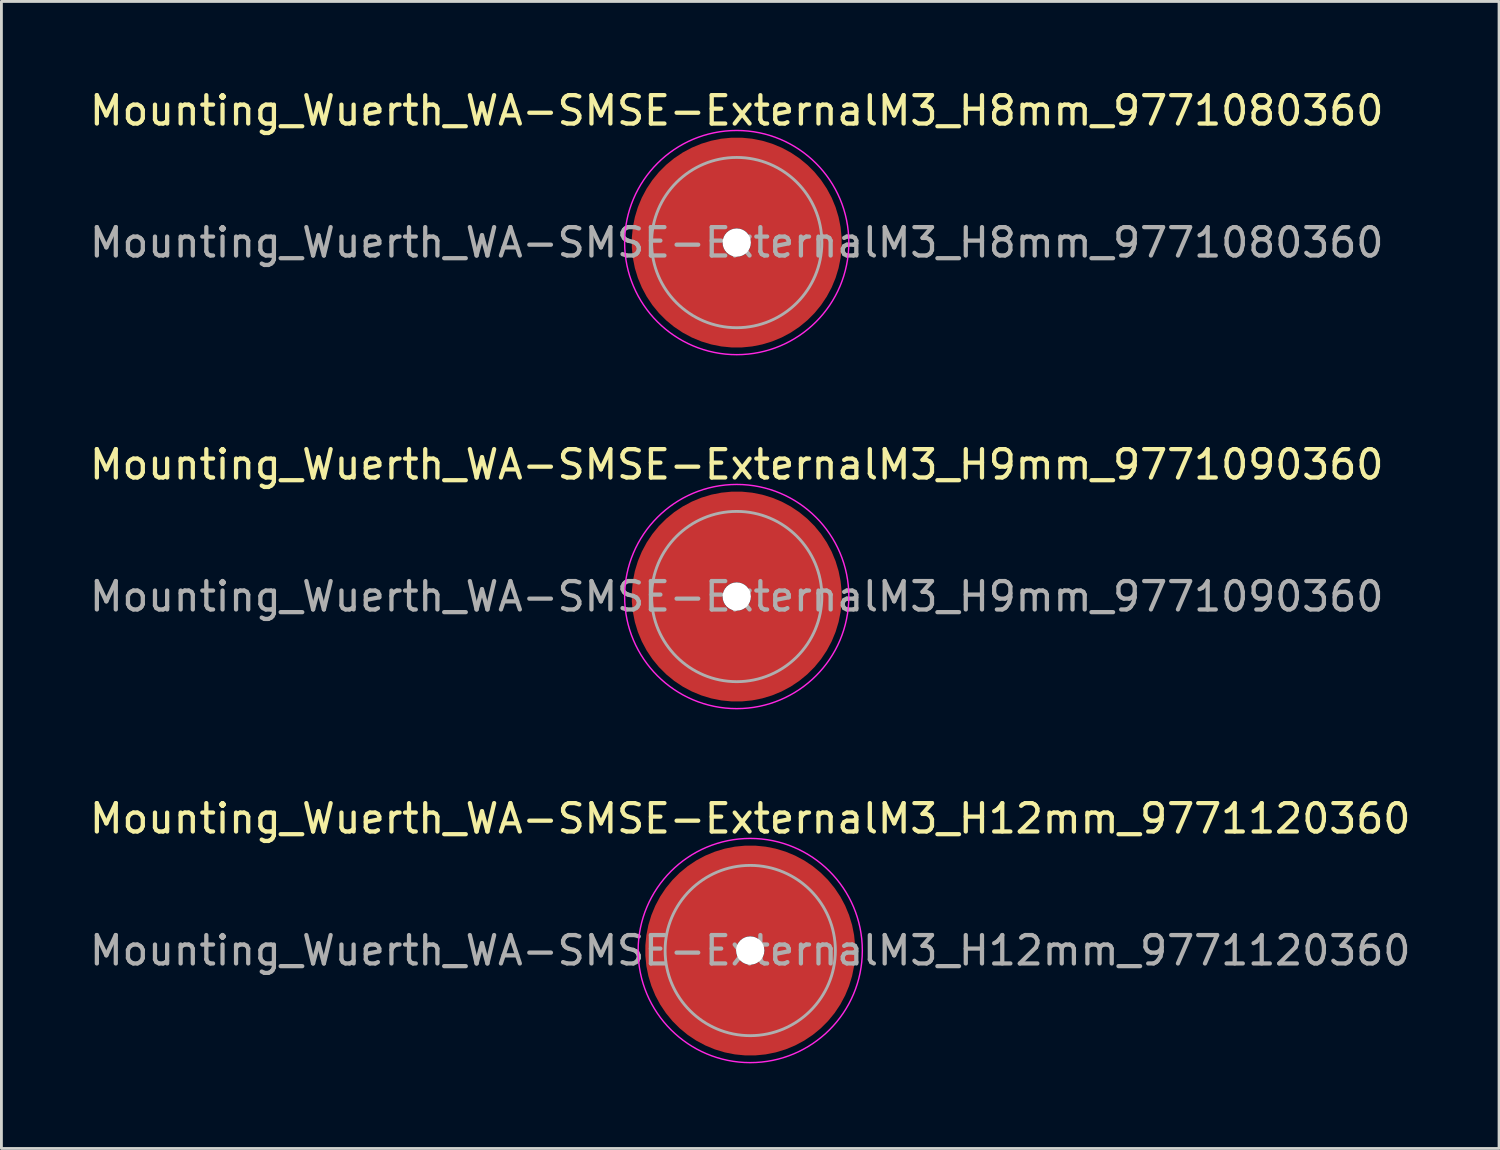
<source format=kicad_pcb>
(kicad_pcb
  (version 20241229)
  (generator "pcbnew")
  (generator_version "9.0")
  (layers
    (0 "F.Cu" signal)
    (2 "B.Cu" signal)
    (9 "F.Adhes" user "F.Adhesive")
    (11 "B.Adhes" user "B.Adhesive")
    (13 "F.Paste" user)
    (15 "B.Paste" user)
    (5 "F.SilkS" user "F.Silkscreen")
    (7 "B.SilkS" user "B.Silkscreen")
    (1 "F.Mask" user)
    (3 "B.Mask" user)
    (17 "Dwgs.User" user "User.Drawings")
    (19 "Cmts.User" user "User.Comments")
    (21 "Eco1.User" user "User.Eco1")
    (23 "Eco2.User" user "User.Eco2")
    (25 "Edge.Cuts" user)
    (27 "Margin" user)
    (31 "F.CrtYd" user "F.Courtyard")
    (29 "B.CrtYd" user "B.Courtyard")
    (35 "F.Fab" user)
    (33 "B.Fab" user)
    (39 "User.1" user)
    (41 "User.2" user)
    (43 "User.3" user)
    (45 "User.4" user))
  (footprint "Mounting_Wuerth_WA-SMSE-ExternalM3_H12mm_9771120360"
    (layer "F.Cu")
    (at 23.387 30.445)
    (property "Reference" "Mounting_Wuerth_WA-SMSE-ExternalM3_H12mm_9771120360" (at 0 -4.65 0) (layer "F.SilkS") (effects (font (size 1 1) (thickness 0.15))))
    (attr smd)
    (fp_circle (center 0 0) (end 3.95 0) (stroke (width 0.05) (type solid)) (fill no) (layer "F.CrtYd"))
    (fp_circle (center 0 0) (end 3 0) (stroke (width 0.1) (type solid)) (fill no) (layer "F.Fab"))
    (fp_text user "${REFERENCE}" (at 0 0 0) (layer "F.Fab") (effects (font (size 1 1) (thickness 0.15))))
    (pad "" smd custom (at 0 -2.1) (size 2.6 2.6) (layers "F.Paste") (options (anchor circle)) (primitives (gr_arc (start -0.305123 1.47) (mid 0 1.4) (end 0.305123 1.47) (width 0.2)) (gr_arc (start -0.493052 1.47) (mid 0 1.3) (end 0.493052 1.47) (width 0.2)) (gr_arc (start -0.642729 1.47) (mid 0 1.2) (end 0.642729 1.47) (width 0.2)) (gr_arc (start -0.776595 1.47) (mid 0 1.1) (end 0.776595 1.47) (width 0.2)) (gr_arc (start -0.901721 1.47) (mid 0 1) (end 0.901721 1.47) (width 0.2)) (gr_arc (start -1.021323 1.47) (mid 0 0.9) (end 1.021323 1.47) (width 0.2)) (gr_arc (start -1.137146 1.47) (mid 0 0.8) (end 1.137146 1.47) (width 0.2)) (gr_arc (start -1.25024 1.47) (mid 0 0.7) (end 1.25024 1.47) (width 0.2)) (gr_arc (start -1.361286 1.47) (mid 0 0.6) (end 1.361286 1.47) (width 0.2)) (gr_arc (start -1.470748 1.47) (mid 0 0.5) (end 1.470748 1.47) (width 0.2)) (gr_arc (start -1.578955 1.47) (mid 0 0.4) (end 1.578955 1.47) (width 0.2)) (gr_arc (start -1.686149 1.47) (mid 0 0.3) (end 1.686149 1.47) (width 0.2)) (gr_arc (start -1.792512 1.47) (mid 0 0.2) (end 1.792512 1.47) (width 0.2)) (gr_arc (start -1.898183 1.47) (mid 0 0.1) (end 1.898183 1.47) (width 0.2)) (gr_arc (start -2.003272 1.47) (mid 0 0) (end 2.003272 1.47) (width 0.2)) (gr_arc (start -2.107866 1.47) (mid 0 -0.1) (end 2.107866 1.47) (width 0.2)) (gr_arc (start -2.212035 1.47) (mid 0 -0.2) (end 2.212035 1.47) (width 0.2)) (gr_arc (start -2.315837 1.47) (mid 0 -0.3) (end 2.315837 1.47) (width 0.2)) (gr_arc (start -2.419318 1.47) (mid 0 -0.4) (end 2.419318 1.47) (width 0.2)) (gr_arc (start -2.522519 1.47) (mid 0 -0.5) (end 2.522519 1.47) (width 0.2)) (gr_arc (start -2.625471 1.47) (mid 0 -0.6) (end 2.625471 1.47) (width 0.2)) (gr_arc (start -2.728205 1.47) (mid 0 -0.7) (end 2.728205 1.47) (width 0.2)) (gr_arc (start -2.830742 1.47) (mid 0 -0.8) (end 2.830742 1.47) (width 0.2)) (gr_arc (start -2.933104 1.47) (mid 0 -0.9) (end 2.933104 1.47) (width 0.2)) (gr_arc (start -3.035309 1.47) (mid 0 -1) (end 3.035309 1.47) (width 0.2)) (gr_arc (start -3.137372 1.47) (mid 0 -1.1) (end 3.137372 1.47) (width 0.2)) (gr_arc (start -3.239305 1.47) (mid 0 -1.2) (end 3.239305 1.47) (width 0.2)) (gr_arc (start -3.341123 1.47) (mid 0 -1.3) (end 3.341123 1.47) (width 0.2)) (gr_arc (start -3.442833 1.47) (mid 0 -1.4) (end 3.442833 1.47) (width 0.2)) (gr_line (start 0.305 1.47) (end 3.443 1.47) (width 0.2)) (gr_line (start -0.305 1.47) (end -3.443 1.47) (width 0.2))))
    (pad "" np_thru_hole circle (at 0 0) (size 1 1) (drill 1) (layers "*.Cu" "*.Mask"))
    (pad "" smd custom (at 0 2.1) (size 2.6 2.6) (layers "F.Paste") (options (anchor circle)) (primitives (gr_arc (start 0.305123 -1.47) (mid 0 -1.4) (end -0.305123 -1.47) (width 0.2)) (gr_arc (start 0.493052 -1.47) (mid 0 -1.3) (end -0.493052 -1.47) (width 0.2)) (gr_arc (start 0.642729 -1.47) (mid 0 -1.2) (end -0.642729 -1.47) (width 0.2)) (gr_arc (start 0.776595 -1.47) (mid 0 -1.1) (end -0.776595 -1.47) (width 0.2)) (gr_arc (start 0.901721 -1.47) (mid 0 -1) (end -0.901721 -1.47) (width 0.2)) (gr_arc (start 1.021323 -1.47) (mid 0 -0.9) (end -1.021323 -1.47) (width 0.2)) (gr_arc (start 1.137146 -1.47) (mid 0 -0.8) (end -1.137146 -1.47) (width 0.2)) (gr_arc (start 1.25024 -1.47) (mid 0 -0.7) (end -1.25024 -1.47) (width 0.2)) (gr_arc (start 1.361286 -1.47) (mid 0 -0.6) (end -1.361286 -1.47) (width 0.2)) (gr_arc (start 1.470748 -1.47) (mid 0 -0.5) (end -1.470748 -1.47) (width 0.2)) (gr_arc (start 1.578955 -1.47) (mid 0 -0.4) (end -1.578955 -1.47) (width 0.2)) (gr_arc (start 1.686149 -1.47) (mid 0 -0.3) (end -1.686149 -1.47) (width 0.2)) (gr_arc (start 1.792512 -1.47) (mid 0 -0.2) (end -1.792512 -1.47) (width 0.2)) (gr_arc (start 1.898183 -1.47) (mid 0 -0.1) (end -1.898183 -1.47) (width 0.2)) (gr_arc (start 2.003272 -1.47) (mid 0 0) (end -2.003272 -1.47) (width 0.2)) (gr_arc (start 2.107866 -1.47) (mid 0 0.1) (end -2.107866 -1.47) (width 0.2)) (gr_arc (start 2.212035 -1.47) (mid 0 0.2) (end -2.212035 -1.47) (width 0.2)) (gr_arc (start 2.315837 -1.47) (mid 0 0.3) (end -2.315837 -1.47) (width 0.2)) (gr_arc (start 2.419318 -1.47) (mid 0 0.4) (end -2.419318 -1.47) (width 0.2)) (gr_arc (start 2.522519 -1.47) (mid 0 0.5) (end -2.522519 -1.47) (width 0.2)) (gr_arc (start 2.625471 -1.47) (mid 0 0.6) (end -2.625471 -1.47) (width 0.2)) (gr_arc (start 2.728205 -1.47) (mid 0 0.7) (end -2.728205 -1.47) (width 0.2)) (gr_arc (start 2.830742 -1.47) (mid 0 0.8) (end -2.830742 -1.47) (width 0.2)) (gr_arc (start 2.933104 -1.47) (mid 0 0.9) (end -2.933104 -1.47) (width 0.2)) (gr_arc (start 3.035309 -1.47) (mid 0 1) (end -3.035309 -1.47) (width 0.2)) (gr_arc (start 3.137372 -1.47) (mid 0 1.1) (end -3.137372 -1.47) (width 0.2)) (gr_arc (start 3.239305 -1.47) (mid 0 1.2) (end -3.239305 -1.47) (width 0.2)) (gr_arc (start 3.341123 -1.47) (mid 0 1.3) (end -3.341123 -1.47) (width 0.2)) (gr_arc (start 3.442833 -1.47) (mid 0 1.4) (end -3.442833 -1.47) (width 0.2)) (gr_line (start -0.305 -1.47) (end -3.443 -1.47) (width 0.2)) (gr_line (start 0.305 -1.47) (end 3.443 -1.47) (width 0.2))))
    (pad "1" smd circle (at -2.1 0) (size 2.8 2.8) (layers "F.Cu"))
    (pad "1" smd circle (at 0 -2.1) (size 2.8 2.8) (layers "F.Cu"))
    (pad "1" smd circle (at 0 2.1) (size 2.8 2.8) (layers "F.Cu"))
    (pad "1" smd custom (at 2.1 0) (size 2.8 2.8) (layers "F.Cu" "F.Mask") (options (anchor circle)) (primitives (gr_circle (center -2.1 0) (end 0 0) (width 3.2) (fill no)))))
  (footprint "Mounting_Wuerth_WA-SMSE-ExternalM3_H8mm_9771080360"
    (layer "F.Cu")
    (at 22.911 5.498)
    (property "Reference" "Mounting_Wuerth_WA-SMSE-ExternalM3_H8mm_9771080360" (at 0 -4.65 0) (layer "F.SilkS") (effects (font (size 1 1) (thickness 0.15))))
    (attr smd)
    (fp_circle (center 0 0) (end 3.95 0) (stroke (width 0.05) (type solid)) (fill no) (layer "F.CrtYd"))
    (fp_circle (center 0 0) (end 3 0) (stroke (width 0.1) (type solid)) (fill no) (layer "F.Fab"))
    (fp_text user "${REFERENCE}" (at 0 0 0) (layer "F.Fab") (effects (font (size 1 1) (thickness 0.15))))
    (pad "" smd custom (at 0 -2.1) (size 2.6 2.6) (layers "F.Paste") (options (anchor circle)) (primitives (gr_arc (start -0.305123 1.47) (mid 0 1.4) (end 0.305123 1.47) (width 0.2)) (gr_arc (start -0.493052 1.47) (mid 0 1.3) (end 0.493052 1.47) (width 0.2)) (gr_arc (start -0.642729 1.47) (mid 0 1.2) (end 0.642729 1.47) (width 0.2)) (gr_arc (start -0.776595 1.47) (mid 0 1.1) (end 0.776595 1.47) (width 0.2)) (gr_arc (start -0.901721 1.47) (mid 0 1) (end 0.901721 1.47) (width 0.2)) (gr_arc (start -1.021323 1.47) (mid 0 0.9) (end 1.021323 1.47) (width 0.2)) (gr_arc (start -1.137146 1.47) (mid 0 0.8) (end 1.137146 1.47) (width 0.2)) (gr_arc (start -1.25024 1.47) (mid 0 0.7) (end 1.25024 1.47) (width 0.2)) (gr_arc (start -1.361286 1.47) (mid 0 0.6) (end 1.361286 1.47) (width 0.2)) (gr_arc (start -1.470748 1.47) (mid 0 0.5) (end 1.470748 1.47) (width 0.2)) (gr_arc (start -1.578955 1.47) (mid 0 0.4) (end 1.578955 1.47) (width 0.2)) (gr_arc (start -1.686149 1.47) (mid 0 0.3) (end 1.686149 1.47) (width 0.2)) (gr_arc (start -1.792512 1.47) (mid 0 0.2) (end 1.792512 1.47) (width 0.2)) (gr_arc (start -1.898183 1.47) (mid 0 0.1) (end 1.898183 1.47) (width 0.2)) (gr_arc (start -2.003272 1.47) (mid 0 0) (end 2.003272 1.47) (width 0.2)) (gr_arc (start -2.107866 1.47) (mid 0 -0.1) (end 2.107866 1.47) (width 0.2)) (gr_arc (start -2.212035 1.47) (mid 0 -0.2) (end 2.212035 1.47) (width 0.2)) (gr_arc (start -2.315837 1.47) (mid 0 -0.3) (end 2.315837 1.47) (width 0.2)) (gr_arc (start -2.419318 1.47) (mid 0 -0.4) (end 2.419318 1.47) (width 0.2)) (gr_arc (start -2.522519 1.47) (mid 0 -0.5) (end 2.522519 1.47) (width 0.2)) (gr_arc (start -2.625471 1.47) (mid 0 -0.6) (end 2.625471 1.47) (width 0.2)) (gr_arc (start -2.728205 1.47) (mid 0 -0.7) (end 2.728205 1.47) (width 0.2)) (gr_arc (start -2.830742 1.47) (mid 0 -0.8) (end 2.830742 1.47) (width 0.2)) (gr_arc (start -2.933104 1.47) (mid 0 -0.9) (end 2.933104 1.47) (width 0.2)) (gr_arc (start -3.035309 1.47) (mid 0 -1) (end 3.035309 1.47) (width 0.2)) (gr_arc (start -3.137372 1.47) (mid 0 -1.1) (end 3.137372 1.47) (width 0.2)) (gr_arc (start -3.239305 1.47) (mid 0 -1.2) (end 3.239305 1.47) (width 0.2)) (gr_arc (start -3.341123 1.47) (mid 0 -1.3) (end 3.341123 1.47) (width 0.2)) (gr_arc (start -3.442833 1.47) (mid 0 -1.4) (end 3.442833 1.47) (width 0.2)) (gr_line (start 0.305 1.47) (end 3.443 1.47) (width 0.2)) (gr_line (start -0.305 1.47) (end -3.443 1.47) (width 0.2))))
    (pad "" np_thru_hole circle (at 0 0) (size 1 1) (drill 1) (layers "*.Cu" "*.Mask"))
    (pad "" smd custom (at 0 2.1) (size 2.6 2.6) (layers "F.Paste") (options (anchor circle)) (primitives (gr_arc (start 0.305123 -1.47) (mid 0 -1.4) (end -0.305123 -1.47) (width 0.2)) (gr_arc (start 0.493052 -1.47) (mid 0 -1.3) (end -0.493052 -1.47) (width 0.2)) (gr_arc (start 0.642729 -1.47) (mid 0 -1.2) (end -0.642729 -1.47) (width 0.2)) (gr_arc (start 0.776595 -1.47) (mid 0 -1.1) (end -0.776595 -1.47) (width 0.2)) (gr_arc (start 0.901721 -1.47) (mid 0 -1) (end -0.901721 -1.47) (width 0.2)) (gr_arc (start 1.021323 -1.47) (mid 0 -0.9) (end -1.021323 -1.47) (width 0.2)) (gr_arc (start 1.137146 -1.47) (mid 0 -0.8) (end -1.137146 -1.47) (width 0.2)) (gr_arc (start 1.25024 -1.47) (mid 0 -0.7) (end -1.25024 -1.47) (width 0.2)) (gr_arc (start 1.361286 -1.47) (mid 0 -0.6) (end -1.361286 -1.47) (width 0.2)) (gr_arc (start 1.470748 -1.47) (mid 0 -0.5) (end -1.470748 -1.47) (width 0.2)) (gr_arc (start 1.578955 -1.47) (mid 0 -0.4) (end -1.578955 -1.47) (width 0.2)) (gr_arc (start 1.686149 -1.47) (mid 0 -0.3) (end -1.686149 -1.47) (width 0.2)) (gr_arc (start 1.792512 -1.47) (mid 0 -0.2) (end -1.792512 -1.47) (width 0.2)) (gr_arc (start 1.898183 -1.47) (mid 0 -0.1) (end -1.898183 -1.47) (width 0.2)) (gr_arc (start 2.003272 -1.47) (mid 0 0) (end -2.003272 -1.47) (width 0.2)) (gr_arc (start 2.107866 -1.47) (mid 0 0.1) (end -2.107866 -1.47) (width 0.2)) (gr_arc (start 2.212035 -1.47) (mid 0 0.2) (end -2.212035 -1.47) (width 0.2)) (gr_arc (start 2.315837 -1.47) (mid 0 0.3) (end -2.315837 -1.47) (width 0.2)) (gr_arc (start 2.419318 -1.47) (mid 0 0.4) (end -2.419318 -1.47) (width 0.2)) (gr_arc (start 2.522519 -1.47) (mid 0 0.5) (end -2.522519 -1.47) (width 0.2)) (gr_arc (start 2.625471 -1.47) (mid 0 0.6) (end -2.625471 -1.47) (width 0.2)) (gr_arc (start 2.728205 -1.47) (mid 0 0.7) (end -2.728205 -1.47) (width 0.2)) (gr_arc (start 2.830742 -1.47) (mid 0 0.8) (end -2.830742 -1.47) (width 0.2)) (gr_arc (start 2.933104 -1.47) (mid 0 0.9) (end -2.933104 -1.47) (width 0.2)) (gr_arc (start 3.035309 -1.47) (mid 0 1) (end -3.035309 -1.47) (width 0.2)) (gr_arc (start 3.137372 -1.47) (mid 0 1.1) (end -3.137372 -1.47) (width 0.2)) (gr_arc (start 3.239305 -1.47) (mid 0 1.2) (end -3.239305 -1.47) (width 0.2)) (gr_arc (start 3.341123 -1.47) (mid 0 1.3) (end -3.341123 -1.47) (width 0.2)) (gr_arc (start 3.442833 -1.47) (mid 0 1.4) (end -3.442833 -1.47) (width 0.2)) (gr_line (start -0.305 -1.47) (end -3.443 -1.47) (width 0.2)) (gr_line (start 0.305 -1.47) (end 3.443 -1.47) (width 0.2))))
    (pad "1" smd circle (at -2.1 0) (size 2.8 2.8) (layers "F.Cu"))
    (pad "1" smd circle (at 0 -2.1) (size 2.8 2.8) (layers "F.Cu"))
    (pad "1" smd circle (at 0 2.1) (size 2.8 2.8) (layers "F.Cu"))
    (pad "1" smd custom (at 2.1 0) (size 2.8 2.8) (layers "F.Cu" "F.Mask") (options (anchor circle)) (primitives (gr_circle (center -2.1 0) (end 0 0) (width 3.2) (fill no)))))
  (footprint "Mounting_Wuerth_WA-SMSE-ExternalM3_H9mm_9771090360"
    (layer "F.Cu")
    (at 22.911 17.971)
    (property "Reference" "Mounting_Wuerth_WA-SMSE-ExternalM3_H9mm_9771090360" (at 0 -4.65 0) (layer "F.SilkS") (effects (font (size 1 1) (thickness 0.15))))
    (attr smd)
    (fp_circle (center 0 0) (end 3.95 0) (stroke (width 0.05) (type solid)) (fill no) (layer "F.CrtYd"))
    (fp_circle (center 0 0) (end 3 0) (stroke (width 0.1) (type solid)) (fill no) (layer "F.Fab"))
    (fp_text user "${REFERENCE}" (at 0 0 0) (layer "F.Fab") (effects (font (size 1 1) (thickness 0.15))))
    (pad "" smd custom (at 0 -2.1) (size 2.6 2.6) (layers "F.Paste") (options (anchor circle)) (primitives (gr_arc (start -0.305123 1.47) (mid 0 1.4) (end 0.305123 1.47) (width 0.2)) (gr_arc (start -0.493052 1.47) (mid 0 1.3) (end 0.493052 1.47) (width 0.2)) (gr_arc (start -0.642729 1.47) (mid 0 1.2) (end 0.642729 1.47) (width 0.2)) (gr_arc (start -0.776595 1.47) (mid 0 1.1) (end 0.776595 1.47) (width 0.2)) (gr_arc (start -0.901721 1.47) (mid 0 1) (end 0.901721 1.47) (width 0.2)) (gr_arc (start -1.021323 1.47) (mid 0 0.9) (end 1.021323 1.47) (width 0.2)) (gr_arc (start -1.137146 1.47) (mid 0 0.8) (end 1.137146 1.47) (width 0.2)) (gr_arc (start -1.25024 1.47) (mid 0 0.7) (end 1.25024 1.47) (width 0.2)) (gr_arc (start -1.361286 1.47) (mid 0 0.6) (end 1.361286 1.47) (width 0.2)) (gr_arc (start -1.470748 1.47) (mid 0 0.5) (end 1.470748 1.47) (width 0.2)) (gr_arc (start -1.578955 1.47) (mid 0 0.4) (end 1.578955 1.47) (width 0.2)) (gr_arc (start -1.686149 1.47) (mid 0 0.3) (end 1.686149 1.47) (width 0.2)) (gr_arc (start -1.792512 1.47) (mid 0 0.2) (end 1.792512 1.47) (width 0.2)) (gr_arc (start -1.898183 1.47) (mid 0 0.1) (end 1.898183 1.47) (width 0.2)) (gr_arc (start -2.003272 1.47) (mid 0 0) (end 2.003272 1.47) (width 0.2)) (gr_arc (start -2.107866 1.47) (mid 0 -0.1) (end 2.107866 1.47) (width 0.2)) (gr_arc (start -2.212035 1.47) (mid 0 -0.2) (end 2.212035 1.47) (width 0.2)) (gr_arc (start -2.315837 1.47) (mid 0 -0.3) (end 2.315837 1.47) (width 0.2)) (gr_arc (start -2.419318 1.47) (mid 0 -0.4) (end 2.419318 1.47) (width 0.2)) (gr_arc (start -2.522519 1.47) (mid 0 -0.5) (end 2.522519 1.47) (width 0.2)) (gr_arc (start -2.625471 1.47) (mid 0 -0.6) (end 2.625471 1.47) (width 0.2)) (gr_arc (start -2.728205 1.47) (mid 0 -0.7) (end 2.728205 1.47) (width 0.2)) (gr_arc (start -2.830742 1.47) (mid 0 -0.8) (end 2.830742 1.47) (width 0.2)) (gr_arc (start -2.933104 1.47) (mid 0 -0.9) (end 2.933104 1.47) (width 0.2)) (gr_arc (start -3.035309 1.47) (mid 0 -1) (end 3.035309 1.47) (width 0.2)) (gr_arc (start -3.137372 1.47) (mid 0 -1.1) (end 3.137372 1.47) (width 0.2)) (gr_arc (start -3.239305 1.47) (mid 0 -1.2) (end 3.239305 1.47) (width 0.2)) (gr_arc (start -3.341123 1.47) (mid 0 -1.3) (end 3.341123 1.47) (width 0.2)) (gr_arc (start -3.442833 1.47) (mid 0 -1.4) (end 3.442833 1.47) (width 0.2)) (gr_line (start 0.305 1.47) (end 3.443 1.47) (width 0.2)) (gr_line (start -0.305 1.47) (end -3.443 1.47) (width 0.2))))
    (pad "" np_thru_hole circle (at 0 0) (size 1 1) (drill 1) (layers "*.Cu" "*.Mask"))
    (pad "" smd custom (at 0 2.1) (size 2.6 2.6) (layers "F.Paste") (options (anchor circle)) (primitives (gr_arc (start 0.305123 -1.47) (mid 0 -1.4) (end -0.305123 -1.47) (width 0.2)) (gr_arc (start 0.493052 -1.47) (mid 0 -1.3) (end -0.493052 -1.47) (width 0.2)) (gr_arc (start 0.642729 -1.47) (mid 0 -1.2) (end -0.642729 -1.47) (width 0.2)) (gr_arc (start 0.776595 -1.47) (mid 0 -1.1) (end -0.776595 -1.47) (width 0.2)) (gr_arc (start 0.901721 -1.47) (mid 0 -1) (end -0.901721 -1.47) (width 0.2)) (gr_arc (start 1.021323 -1.47) (mid 0 -0.9) (end -1.021323 -1.47) (width 0.2)) (gr_arc (start 1.137146 -1.47) (mid 0 -0.8) (end -1.137146 -1.47) (width 0.2)) (gr_arc (start 1.25024 -1.47) (mid 0 -0.7) (end -1.25024 -1.47) (width 0.2)) (gr_arc (start 1.361286 -1.47) (mid 0 -0.6) (end -1.361286 -1.47) (width 0.2)) (gr_arc (start 1.470748 -1.47) (mid 0 -0.5) (end -1.470748 -1.47) (width 0.2)) (gr_arc (start 1.578955 -1.47) (mid 0 -0.4) (end -1.578955 -1.47) (width 0.2)) (gr_arc (start 1.686149 -1.47) (mid 0 -0.3) (end -1.686149 -1.47) (width 0.2)) (gr_arc (start 1.792512 -1.47) (mid 0 -0.2) (end -1.792512 -1.47) (width 0.2)) (gr_arc (start 1.898183 -1.47) (mid 0 -0.1) (end -1.898183 -1.47) (width 0.2)) (gr_arc (start 2.003272 -1.47) (mid 0 0) (end -2.003272 -1.47) (width 0.2)) (gr_arc (start 2.107866 -1.47) (mid 0 0.1) (end -2.107866 -1.47) (width 0.2)) (gr_arc (start 2.212035 -1.47) (mid 0 0.2) (end -2.212035 -1.47) (width 0.2)) (gr_arc (start 2.315837 -1.47) (mid 0 0.3) (end -2.315837 -1.47) (width 0.2)) (gr_arc (start 2.419318 -1.47) (mid 0 0.4) (end -2.419318 -1.47) (width 0.2)) (gr_arc (start 2.522519 -1.47) (mid 0 0.5) (end -2.522519 -1.47) (width 0.2)) (gr_arc (start 2.625471 -1.47) (mid 0 0.6) (end -2.625471 -1.47) (width 0.2)) (gr_arc (start 2.728205 -1.47) (mid 0 0.7) (end -2.728205 -1.47) (width 0.2)) (gr_arc (start 2.830742 -1.47) (mid 0 0.8) (end -2.830742 -1.47) (width 0.2)) (gr_arc (start 2.933104 -1.47) (mid 0 0.9) (end -2.933104 -1.47) (width 0.2)) (gr_arc (start 3.035309 -1.47) (mid 0 1) (end -3.035309 -1.47) (width 0.2)) (gr_arc (start 3.137372 -1.47) (mid 0 1.1) (end -3.137372 -1.47) (width 0.2)) (gr_arc (start 3.239305 -1.47) (mid 0 1.2) (end -3.239305 -1.47) (width 0.2)) (gr_arc (start 3.341123 -1.47) (mid 0 1.3) (end -3.341123 -1.47) (width 0.2)) (gr_arc (start 3.442833 -1.47) (mid 0 1.4) (end -3.442833 -1.47) (width 0.2)) (gr_line (start -0.305 -1.47) (end -3.443 -1.47) (width 0.2)) (gr_line (start 0.305 -1.47) (end 3.443 -1.47) (width 0.2))))
    (pad "1" smd circle (at -2.1 0) (size 2.8 2.8) (layers "F.Cu"))
    (pad "1" smd circle (at 0 -2.1) (size 2.8 2.8) (layers "F.Cu"))
    (pad "1" smd circle (at 0 2.1) (size 2.8 2.8) (layers "F.Cu"))
    (pad "1" smd custom (at 2.1 0) (size 2.8 2.8) (layers "F.Cu" "F.Mask") (options (anchor circle)) (primitives (gr_circle (center -2.1 0) (end 0 0) (width 3.2) (fill no)))))
  (gr_rect
    (start -3 -3)
    (end 49.774 37.42)
    (stroke (width 0.1) (type default))
    (fill no)
    (layer "Edge.Cuts")))
</source>
